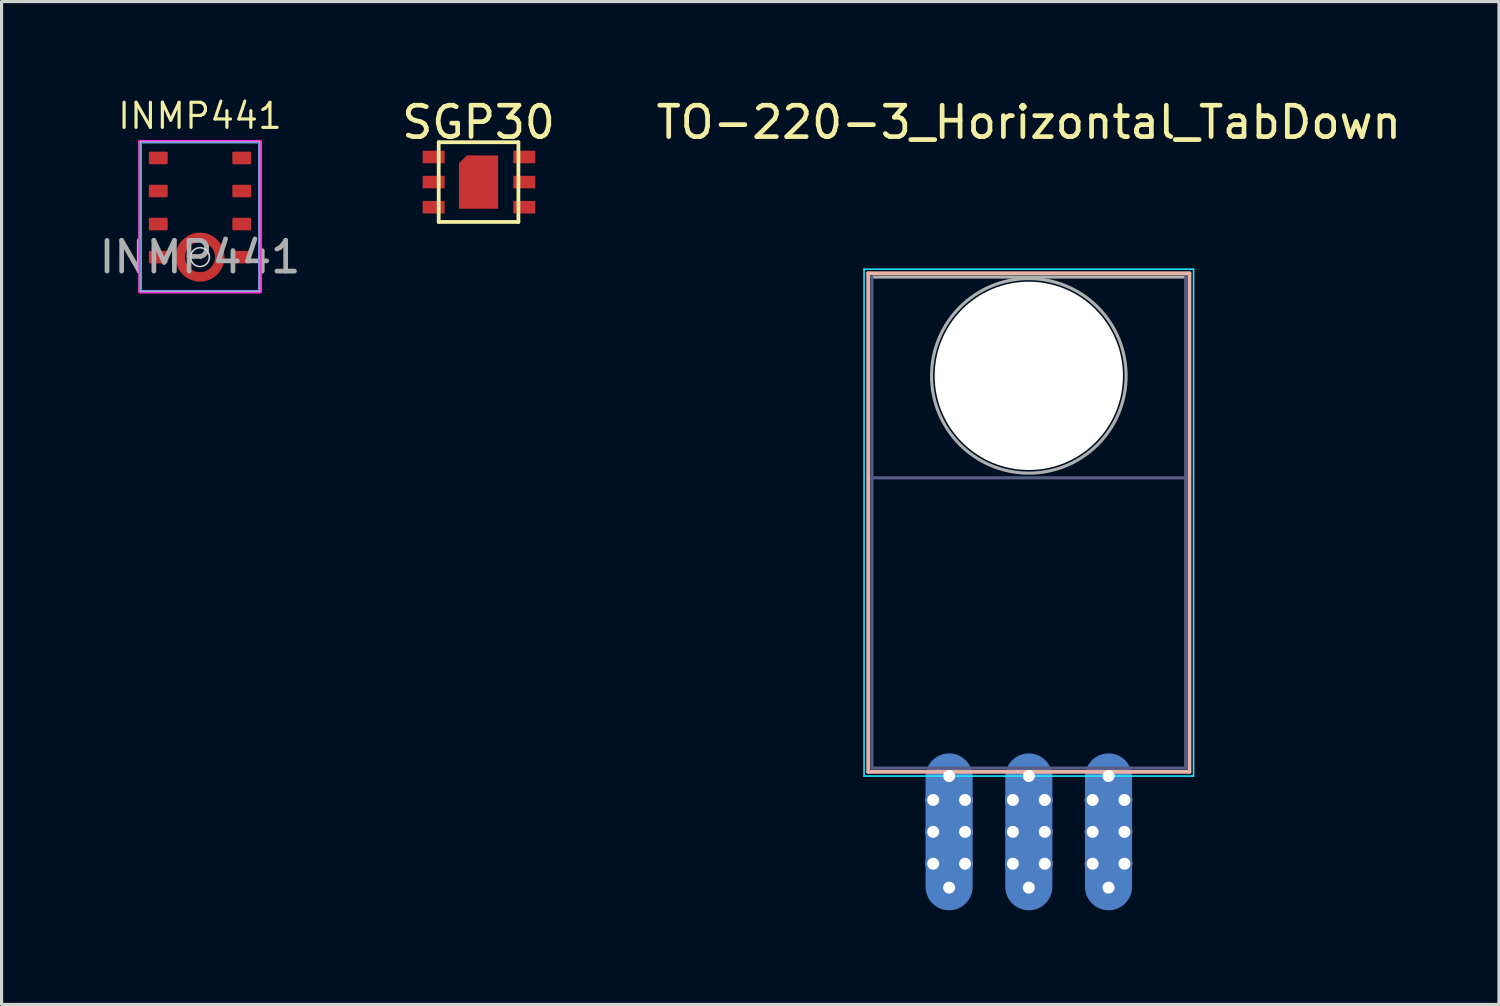
<source format=kicad_pcb>
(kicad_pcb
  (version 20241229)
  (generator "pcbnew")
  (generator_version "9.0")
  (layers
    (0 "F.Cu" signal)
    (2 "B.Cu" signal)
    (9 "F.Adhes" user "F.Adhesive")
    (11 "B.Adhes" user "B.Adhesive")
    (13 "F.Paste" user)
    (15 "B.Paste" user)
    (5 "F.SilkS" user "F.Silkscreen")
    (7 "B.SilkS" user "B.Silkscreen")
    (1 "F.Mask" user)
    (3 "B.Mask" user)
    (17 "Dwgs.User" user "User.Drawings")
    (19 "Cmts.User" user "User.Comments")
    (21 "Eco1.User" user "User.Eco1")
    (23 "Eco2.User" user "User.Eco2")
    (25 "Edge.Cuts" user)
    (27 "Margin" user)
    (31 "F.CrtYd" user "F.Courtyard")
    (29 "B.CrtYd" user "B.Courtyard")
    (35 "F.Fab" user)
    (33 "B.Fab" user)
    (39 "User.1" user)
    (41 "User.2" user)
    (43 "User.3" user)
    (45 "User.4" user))
  (footprint "TO-220-3_Horizontal_TabDown"
    (layer "F.Cu")
    (at 29.737 21.428)
    (property "Reference" "TO-220-3_Horizontal_TabDown" (at 0 -20.58 0) (layer "F.SilkS") (effects (font (size 1 1) (thickness 0.15))))
    (attr through_hole)
    (fp_line (start -5.12 -15.77) (end -5.12 0.12) (stroke (width 0.12) (type solid)) (layer "B.SilkS"))
    (fp_line (start -5.12 -15.77) (end 5.12 -15.77) (stroke (width 0.12) (type solid)) (layer "B.SilkS"))
    (fp_line (start -5.12 0.12) (end 5.12 0.12) (stroke (width 0.12) (type solid)) (layer "B.SilkS"))
    (fp_line (start 5.12 -15.77) (end 5.12 0.12) (stroke (width 0.12) (type solid)) (layer "B.SilkS"))
    (fp_line (start -5.25 -15.9) (end -5.25 0.254) (stroke (width 0.05) (type solid)) (layer "B.CrtYd"))
    (fp_line (start -5.25 0.254) (end 5.25 0.254) (stroke (width 0.05) (type solid)) (layer "B.CrtYd"))
    (fp_line (start 5.25 -15.9) (end -5.25 -15.9) (stroke (width 0.05) (type solid)) (layer "B.CrtYd"))
    (fp_line (start 5.25 0.254) (end 5.25 -15.9) (stroke (width 0.05) (type solid)) (layer "B.CrtYd"))
    (fp_line (start -5 -9.25) (end -5 -15.65) (stroke (width 0.1) (type solid)) (layer "B.Fab"))
    (fp_line (start -5 -9.25) (end 5 -9.25) (stroke (width 0.1) (type solid)) (layer "B.Fab"))
    (fp_line (start -5 0) (end -5 -9.25) (stroke (width 0.1) (type solid)) (layer "B.Fab"))
    (fp_line (start 5 -15.65) (end 5 -9.25) (stroke (width 0.1) (type solid)) (layer "B.Fab"))
    (fp_line (start 5 -9.25) (end 5 0) (stroke (width 0.1) (type solid)) (layer "B.Fab"))
    (fp_line (start 5 0) (end -5 0) (stroke (width 0.1) (type solid)) (layer "B.Fab"))
    (fp_line (start -5 -15.65) (end 5 -15.65) (stroke (width 0.1) (type solid)) (layer "F.Fab"))
    (fp_circle (center 0 -12.5) (end 3.1 -12.5) (stroke (width 0.1) (type solid)) (fill no) (layer "F.Fab"))
    (pad "" np_thru_hole oval (at 0 -12.5) (size 6 6) (drill 6) (layers "*.Cu" "*.Mask"))
    (pad "1" thru_hole circle (at -3.048 1.016) (size 0.508 0.508) (drill 0.381) (layers "*.Cu" "*.Mask"))
    (pad "1" thru_hole circle (at -3.048 2.032) (size 0.508 0.508) (drill 0.381) (layers "*.Cu" "*.Mask"))
    (pad "1" thru_hole circle (at -3.048 3.048) (size 0.508 0.508) (drill 0.381) (layers "*.Cu" "*.Mask"))
    (pad "1" thru_hole circle (at -2.54 0.254) (size 0.508 0.508) (drill 0.381) (layers "*.Cu" "*.Mask"))
    (pad "1" smd oval (at -2.54 2.032) (size 1.5 5) (layers "B.Cu" "B.Mask" "B.Paste"))
    (pad "1" thru_hole circle (at -2.54 3.81) (size 0.508 0.508) (drill 0.381) (layers "*.Cu" "*.Mask"))
    (pad "1" thru_hole circle (at -2.032 1.016) (size 0.508 0.508) (drill 0.381) (layers "*.Cu" "*.Mask"))
    (pad "1" thru_hole circle (at -2.032 2.032) (size 0.508 0.508) (drill 0.381) (layers "*.Cu" "*.Mask"))
    (pad "1" thru_hole circle (at -2.032 3.048) (size 0.508 0.508) (drill 0.381) (layers "*.Cu" "*.Mask"))
    (pad "2" thru_hole circle (at -0.508 1.016) (size 0.508 0.508) (drill 0.381) (layers "*.Cu" "*.Mask"))
    (pad "2" thru_hole circle (at -0.508 2.032) (size 0.508 0.508) (drill 0.381) (layers "*.Cu" "*.Mask"))
    (pad "2" thru_hole circle (at -0.508 3.048) (size 0.508 0.508) (drill 0.381) (layers "*.Cu" "*.Mask"))
    (pad "2" thru_hole circle (at 0 0.254) (size 0.508 0.508) (drill 0.381) (layers "*.Cu" "*.Mask"))
    (pad "2" smd oval (at 0 2.032) (size 1.5 5) (layers "B.Cu" "B.Mask" "B.Paste"))
    (pad "2" thru_hole circle (at 0 3.81) (size 0.508 0.508) (drill 0.381) (layers "*.Cu" "*.Mask"))
    (pad "2" thru_hole circle (at 0.508 1.016) (size 0.508 0.508) (drill 0.381) (layers "*.Cu" "*.Mask"))
    (pad "2" thru_hole circle (at 0.508 2.032) (size 0.508 0.508) (drill 0.381) (layers "*.Cu" "*.Mask"))
    (pad "2" thru_hole circle (at 0.508 3.048) (size 0.508 0.508) (drill 0.381) (layers "*.Cu" "*.Mask"))
    (pad "3" thru_hole circle (at 2.032 1.016) (size 0.508 0.508) (drill 0.381) (layers "*.Cu" "*.Mask"))
    (pad "3" thru_hole circle (at 2.032 2.032) (size 0.508 0.508) (drill 0.381) (layers "*.Cu" "*.Mask"))
    (pad "3" thru_hole circle (at 2.032 3.048) (size 0.508 0.508) (drill 0.381) (layers "*.Cu" "*.Mask"))
    (pad "3" thru_hole circle (at 2.54 0.254) (size 0.508 0.508) (drill 0.381) (layers "*.Cu" "*.Mask"))
    (pad "3" smd oval (at 2.54 2.032) (size 1.5 5) (layers "B.Cu" "B.Mask" "B.Paste"))
    (pad "3" thru_hole circle (at 2.54 3.81) (size 0.508 0.508) (drill 0.381) (layers "*.Cu" "*.Mask"))
    (pad "3" thru_hole circle (at 3.048 1.016) (size 0.508 0.508) (drill 0.381) (layers "*.Cu" "*.Mask"))
    (pad "3" thru_hole circle (at 3.048 2.032) (size 0.508 0.508) (drill 0.381) (layers "*.Cu" "*.Mask"))
    (pad "3" thru_hole circle (at 3.048 3.048) (size 0.508 0.508) (drill 0.381) (layers "*.Cu" "*.Mask")))
  (footprint "INMP441"
    (layer "F.Cu")
    (at 3.324 5.144)
    (property "Reference" "INMP441" (at 0 -4.5 0) (layer "F.SilkS") (effects (font (size 0.8 0.8) (thickness 0.1))))
    (attr smd)
    (fp_rect (start -1.91 -3.68) (end 1.91 1.1) (stroke (width 0.1) (type solid)) (fill no) (layer "F.SilkS"))
    (fp_rect (start -1.88 -3.65) (end 1.88 1.07) (stroke (width 0.05) (type solid)) (fill no) (layer "Cmts.User"))
    (fp_circle (center 0 0) (end 0.3 0) (stroke (width 0.05) (type solid)) (fill no) (layer "Edge.Cuts"))
    (fp_rect (start -1.94 -3.71) (end 1.94 1.13) (stroke (width 0.05) (type solid)) (fill no) (layer "F.CrtYd"))
    (fp_text user "${REFERENCE}" (at 0 0 0) (layer "F.Fab") (effects (font (size 0.98 0.98) (thickness 0.15))))
    (pad "1" smd roundrect (at -1.33 -3.16) (size 0.6 0.4) (layers "F.Cu" "F.Mask" "F.Paste") (roundrect_rratio 0.1))
    (pad "2" smd roundrect (at -1.33 -2.107) (size 0.6 0.4) (layers "F.Cu" "F.Mask" "F.Paste") (roundrect_rratio 0.1))
    (pad "3" smd roundrect (at -1.33 -1.053) (size 0.6 0.4) (layers "F.Cu" "F.Mask" "F.Paste") (roundrect_rratio 0.1))
    (pad "4" smd roundrect (at -1.33 0) (size 0.6 0.4) (layers "F.Cu" "F.Mask" "F.Paste") (roundrect_rratio 0.1))
    (pad "5" smd custom (at -0.65 -0.029 270) (size 0.2 0.2) (layers "F.Cu" "F.Mask" "F.Paste") (options (anchor circle)) (primitives (gr_poly (pts (xy -0.1 -0.08) (xy -0.098 -0.088) (xy -0.094 -0.094) (xy -0.088 -0.098) (xy -0.08 -0.1) (xy 0.08 -0.1) (xy 0.088 -0.098) (xy 0.094 -0.094) (xy 0.098 -0.088) (xy 0.1 -0.08) (xy 0.1 0.08) (xy 0.098 0.088) (xy 0.094 0.094) (xy 0.088 0.098) (xy 0.08 0.1) (xy -0.08 0.1) (xy -0.088 0.098) (xy -0.094 0.094) (xy -0.098 0.088) (xy -0.1 0.08)) (width 0) (fill yes)) (gr_poly (pts (arc (start -0.750989 -0.65) (mid 0.029011 0.13) (end 0.809011 -0.65)) (arc (start 0.509011 -0.65) (mid 0.029011 -0.17) (end -0.450989 -0.65))) (width 0) (fill yes))))
    (pad "5" smd custom (at 0.65 0.029 90) (size 0.2 0.2) (layers "F.Cu" "F.Mask" "F.Paste") (options (anchor circle)) (primitives (gr_poly (pts (xy -0.1 -0.08) (xy -0.098 -0.088) (xy -0.094 -0.094) (xy -0.088 -0.098) (xy -0.08 -0.1) (xy 0.08 -0.1) (xy 0.088 -0.098) (xy 0.094 -0.094) (xy 0.098 -0.088) (xy 0.1 -0.08) (xy 0.1 0.08) (xy 0.098 0.088) (xy 0.094 0.094) (xy 0.088 0.098) (xy 0.08 0.1) (xy -0.08 0.1) (xy -0.088 0.098) (xy -0.094 0.094) (xy -0.098 0.088) (xy -0.1 0.08)) (width 0) (fill yes)) (gr_poly (pts (arc (start -0.750989 -0.65) (mid 0.029011 0.13) (end 0.809011 -0.65)) (arc (start 0.509011 -0.65) (mid 0.029011 -0.17) (end -0.450989 -0.65))) (width 0) (fill yes))))
    (pad "6" smd roundrect (at 1.33 0) (size 0.6 0.4) (layers "F.Cu" "F.Mask" "F.Paste") (roundrect_rratio 0.1))
    (pad "7" smd roundrect (at 1.33 -1.053) (size 0.6 0.4) (layers "F.Cu" "F.Mask" "F.Paste") (roundrect_rratio 0.1))
    (pad "8" smd roundrect (at 1.33 -2.107) (size 0.6 0.4) (layers "F.Cu" "F.Mask" "F.Paste") (roundrect_rratio 0.1))
    (pad "9" smd roundrect (at 1.33 -3.16) (size 0.6 0.4) (layers "F.Cu" "F.Mask" "F.Paste") (roundrect_rratio 0.1)))
  (footprint "SGP30"
    (layer "F.Cu")
    (at 12.201 2.753)
    (property "Reference" "SGP30" (at 0 -1.905 0) (layer "F.SilkS") (effects (font (size 1 1) (thickness 0.15))))
    (attr through_hole)
    (fp_line (start -1.27 -1.27) (end -1.27 1.27) (stroke (width 0.12) (type solid)) (layer "F.SilkS"))
    (fp_line (start -1.27 1.27) (end 1.27 1.27) (stroke (width 0.12) (type solid)) (layer "F.SilkS"))
    (fp_line (start 1.27 -1.27) (end -1.27 -1.27) (stroke (width 0.12) (type solid)) (layer "F.SilkS"))
    (fp_line (start 1.27 1.27) (end 1.27 -1.27) (stroke (width 0.12) (type solid)) (layer "F.SilkS"))
    (pad "1" smd rect (at -1.432 -0.8) (size 0.7 0.4) (layers "F.Cu" "F.Mask" "F.Paste"))
    (pad "2" smd rect (at -1.432 0) (size 0.7 0.4) (layers "F.Cu" "F.Mask" "F.Paste"))
    (pad "3" smd rect (at -1.432 0.8) (size 0.7 0.4) (layers "F.Cu" "F.Mask" "F.Paste"))
    (pad "4" smd rect (at 1.456 0.8) (size 0.7 0.4) (layers "F.Cu" "F.Mask" "F.Paste"))
    (pad "5" smd rect (at 1.456 0) (size 0.7 0.4) (layers "F.Cu" "F.Mask" "F.Paste"))
    (pad "6" smd rect (at 1.456 -0.8) (size 0.7 0.4) (layers "F.Cu" "F.Mask" "F.Paste"))
    (pad "7" smd roundrect (at 0 0) (size 1.25 1.7) (layers "F.Cu" "F.Mask" "F.Paste") (roundrect_rratio 0) (chamfer_ratio 0.2) (chamfer top_left)))
  (gr_rect
    (start -3 -3)
    (end 44.719 28.96)
    (stroke (width 0.1) (type default))
    (fill no)
    (layer "Edge.Cuts")))
</source>
